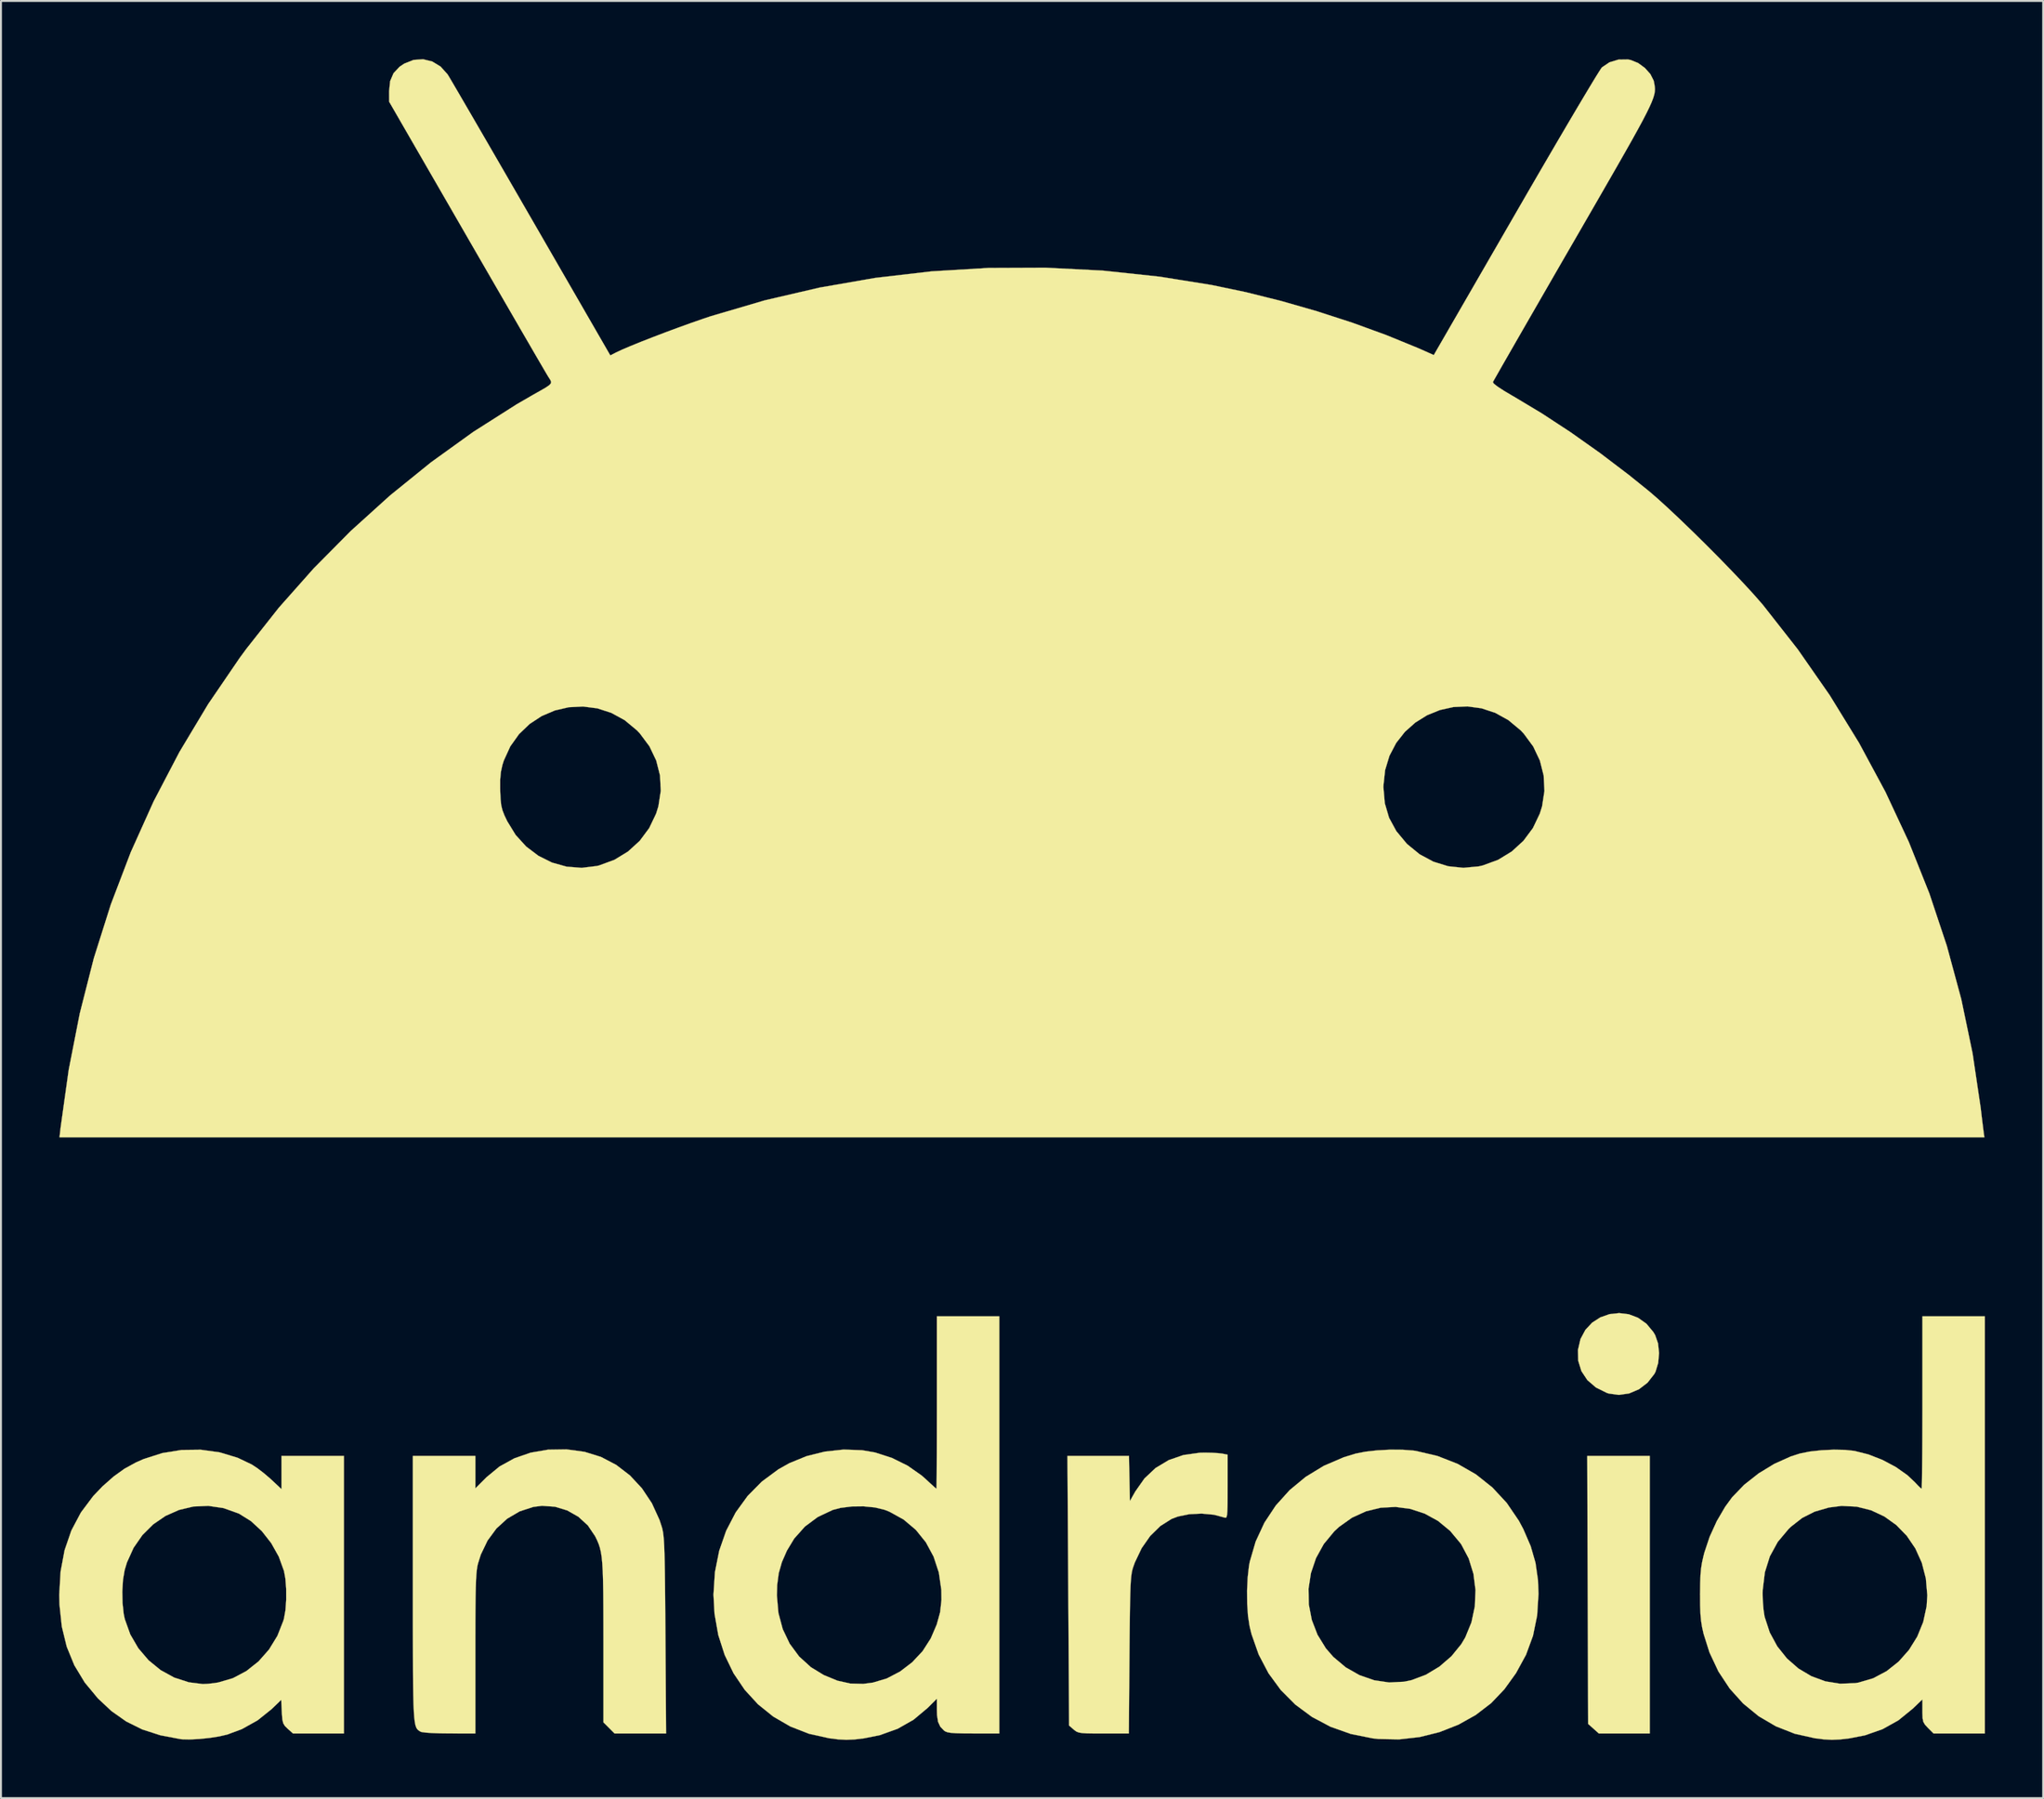
<source format=kicad_pcb>
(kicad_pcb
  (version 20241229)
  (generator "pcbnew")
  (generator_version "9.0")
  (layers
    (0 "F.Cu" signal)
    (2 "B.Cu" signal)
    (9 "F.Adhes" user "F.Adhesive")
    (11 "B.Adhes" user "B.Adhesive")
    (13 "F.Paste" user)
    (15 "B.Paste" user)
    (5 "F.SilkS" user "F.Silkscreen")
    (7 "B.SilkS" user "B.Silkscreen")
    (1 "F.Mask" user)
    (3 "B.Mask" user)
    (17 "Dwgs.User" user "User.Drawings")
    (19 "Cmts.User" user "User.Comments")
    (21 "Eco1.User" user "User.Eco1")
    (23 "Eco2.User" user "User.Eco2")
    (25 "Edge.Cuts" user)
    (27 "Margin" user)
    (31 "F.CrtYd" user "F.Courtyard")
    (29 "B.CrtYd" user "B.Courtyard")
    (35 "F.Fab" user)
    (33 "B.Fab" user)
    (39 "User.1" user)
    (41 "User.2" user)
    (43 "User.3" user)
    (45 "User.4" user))
  (footprint "android_8x10_F"
    (layer "F.Cu")
    (at 49.56 43.384)
    (property "Reference" "android_8x10_F" (at 0 0 0) (layer "F.SilkS") (effects (font (size 1.524 1.524) (thickness 0.3))))
    (attr through_hole)
    (fp_poly (pts (xy 32.427 42.926) (xy 29.805 42.926) (xy 29.529 42.679) (xy 29.252 42.432) (xy 29.229 35.525) (xy 29.206 28.617) (xy 32.427 28.617) (xy 32.427 42.926)) (stroke (width 0.01) (type solid)) (fill yes) (layer "F.SilkS"))
    (fp_poly (pts (xy 31.347 21.315) (xy 31.824 21.496) (xy 32.255 21.802) (xy 32.616 22.236) (xy 32.708 22.394) (xy 32.855 22.819) (xy 32.906 23.317) (xy 32.862 23.824) (xy 32.726 24.274) (xy 32.664 24.392) (xy 32.313 24.842) (xy 31.871 25.18) (xy 31.369 25.394) (xy 30.838 25.471) (xy 30.312 25.399) (xy 30.216 25.368) (xy 29.654 25.09) (xy 29.213 24.71) (xy 28.905 24.245) (xy 28.74 23.71) (xy 28.727 23.155) (xy 28.858 22.591) (xy 29.11 22.12) (xy 29.458 21.747) (xy 29.88 21.475) (xy 30.352 21.309) (xy 30.849 21.255) (xy 31.347 21.315)) (stroke (width 0.01) (type solid)) (fill yes) (layer "F.SilkS"))
    (fp_poly (pts (xy 9.845 28.455) (xy 10.168 28.473) (xy 10.393 28.499) (xy 10.403 28.501) (xy 10.668 28.554) (xy 10.668 30.203) (xy 10.667 30.77) (xy 10.663 31.189) (xy 10.654 31.481) (xy 10.637 31.666) (xy 10.612 31.767) (xy 10.576 31.804) (xy 10.526 31.798) (xy 10.52 31.796) (xy 9.959 31.647) (xy 9.331 31.589) (xy 8.694 31.62) (xy 8.107 31.74) (xy 7.779 31.864) (xy 7.199 32.231) (xy 6.679 32.741) (xy 6.236 33.374) (xy 5.885 34.111) (xy 5.791 34.375) (xy 5.756 34.498) (xy 5.726 34.642) (xy 5.701 34.821) (xy 5.68 35.052) (xy 5.663 35.351) (xy 5.65 35.732) (xy 5.638 36.212) (xy 5.629 36.807) (xy 5.62 37.532) (xy 5.612 38.403) (xy 5.608 38.883) (xy 5.576 42.926) (xy 4.275 42.926) (xy 3.777 42.925) (xy 3.419 42.919) (xy 3.17 42.903) (xy 3.002 42.875) (xy 2.884 42.831) (xy 2.787 42.765) (xy 2.735 42.722) (xy 2.498 42.517) (xy 2.455 35.567) (xy 2.413 28.617) (xy 3.998 28.617) (xy 5.583 28.617) (xy 5.63 30.946) (xy 5.912 30.448) (xy 6.384 29.776) (xy 6.958 29.237) (xy 7.629 28.834) (xy 8.388 28.572) (xy 9.228 28.454) (xy 9.49 28.448) (xy 9.845 28.455)) (stroke (width 0.01) (type solid)) (fill yes) (layer "F.SilkS"))
    (fp_poly (pts (xy -22.479 28.406) (xy -21.633 28.668) (xy -20.848 29.079) (xy -20.139 29.623) (xy -19.521 30.288) (xy -19.008 31.058) (xy -18.615 31.92) (xy -18.491 32.3) (xy -18.46 32.422) (xy -18.433 32.565) (xy -18.41 32.742) (xy -18.391 32.969) (xy -18.374 33.258) (xy -18.361 33.623) (xy -18.349 34.079) (xy -18.339 34.638) (xy -18.331 35.316) (xy -18.323 36.125) (xy -18.316 37.08) (xy -18.31 37.867) (xy -18.277 42.926) (xy -20.93 42.926) (xy -21.505 42.35) (xy -21.505 38.211) (xy -21.506 37.204) (xy -21.509 36.351) (xy -21.514 35.636) (xy -21.525 35.042) (xy -21.541 34.555) (xy -21.564 34.157) (xy -21.595 33.835) (xy -21.636 33.571) (xy -21.688 33.349) (xy -21.751 33.155) (xy -21.828 32.972) (xy -21.919 32.785) (xy -21.934 32.755) (xy -22.308 32.2) (xy -22.796 31.753) (xy -23.37 31.427) (xy -24.003 31.235) (xy -24.671 31.188) (xy -25.119 31.245) (xy -25.826 31.475) (xy -26.465 31.85) (xy -27.021 32.357) (xy -27.48 32.981) (xy -27.828 33.707) (xy -27.975 34.175) (xy -28.007 34.32) (xy -28.033 34.496) (xy -28.055 34.721) (xy -28.072 35.008) (xy -28.085 35.374) (xy -28.095 35.834) (xy -28.102 36.403) (xy -28.107 37.097) (xy -28.109 37.931) (xy -28.109 38.811) (xy -28.109 42.926) (xy -29.443 42.923) (xy -29.923 42.917) (xy -30.343 42.902) (xy -30.672 42.879) (xy -30.878 42.85) (xy -30.925 42.835) (xy -30.996 42.793) (xy -31.058 42.748) (xy -31.112 42.69) (xy -31.158 42.607) (xy -31.197 42.489) (xy -31.229 42.323) (xy -31.256 42.101) (xy -31.277 41.81) (xy -31.294 41.439) (xy -31.306 40.978) (xy -31.315 40.415) (xy -31.321 39.74) (xy -31.324 38.942) (xy -31.326 38.01) (xy -31.327 36.932) (xy -31.327 35.698) (xy -31.327 35.437) (xy -31.327 28.617) (xy -28.109 28.617) (xy -28.109 30.293) (xy -27.525 29.709) (xy -26.861 29.162) (xy -26.097 28.74) (xy -25.255 28.449) (xy -24.353 28.294) (xy -23.411 28.28) (xy -22.479 28.406)) (stroke (width 0.01) (type solid)) (fill yes) (layer "F.SilkS"))
    (fp_poly (pts (xy 19.658 28.298) (xy 20.217 28.338) (xy 20.371 28.359) (xy 21.485 28.62) (xy 22.521 29.025) (xy 23.467 29.568) (xy 24.315 30.243) (xy 25.056 31.041) (xy 25.679 31.957) (xy 25.908 32.385) (xy 26.29 33.268) (xy 26.538 34.127) (xy 26.666 35.023) (xy 26.692 35.729) (xy 26.622 36.844) (xy 26.41 37.884) (xy 26.049 38.868) (xy 25.532 39.815) (xy 24.934 40.645) (xy 24.254 41.359) (xy 23.456 41.971) (xy 22.56 42.472) (xy 21.588 42.854) (xy 20.562 43.109) (xy 19.504 43.229) (xy 18.434 43.207) (xy 18.14 43.174) (xy 17.016 42.948) (xy 15.972 42.578) (xy 15.017 42.071) (xy 14.16 41.437) (xy 13.41 40.685) (xy 12.777 39.821) (xy 12.27 38.856) (xy 11.899 37.797) (xy 11.8 37.39) (xy 11.72 36.866) (xy 11.677 36.236) (xy 11.671 35.559) (xy 11.676 35.464) (xy 14.838 35.464) (xy 14.853 36.276) (xy 15.007 37.074) (xy 15.3 37.834) (xy 15.732 38.536) (xy 16.118 38.98) (xy 16.757 39.516) (xy 17.466 39.919) (xy 18.22 40.181) (xy 18.995 40.296) (xy 19.769 40.256) (xy 20.14 40.178) (xy 20.887 39.898) (xy 21.587 39.477) (xy 22.205 38.944) (xy 22.711 38.322) (xy 22.919 37.973) (xy 23.237 37.195) (xy 23.412 36.369) (xy 23.446 35.526) (xy 23.34 34.694) (xy 23.096 33.903) (xy 22.715 33.183) (xy 22.679 33.131) (xy 22.139 32.482) (xy 21.514 31.967) (xy 20.824 31.589) (xy 20.088 31.348) (xy 19.327 31.246) (xy 18.559 31.287) (xy 17.804 31.47) (xy 17.082 31.799) (xy 16.411 32.275) (xy 16.165 32.504) (xy 15.625 33.157) (xy 15.224 33.883) (xy 14.962 34.659) (xy 14.838 35.464) (xy 11.676 35.464) (xy 11.702 34.893) (xy 11.769 34.298) (xy 11.809 34.078) (xy 12.114 33.032) (xy 12.565 32.06) (xy 13.152 31.173) (xy 13.865 30.381) (xy 14.693 29.696) (xy 15.627 29.127) (xy 16.656 28.685) (xy 17.272 28.497) (xy 17.77 28.399) (xy 18.374 28.331) (xy 19.023 28.297) (xy 19.658 28.298)) (stroke (width 0.01) (type solid)) (fill yes) (layer "F.SilkS"))
    (fp_poly (pts (xy -41.291 28.432) (xy -40.367 28.71) (xy -39.636 29.058) (xy -39.351 29.245) (xy -39.014 29.503) (xy -38.689 29.779) (xy -38.641 29.824) (xy -38.1 30.33) (xy -38.1 28.617) (xy -34.883 28.617) (xy -34.883 42.926) (xy -37.505 42.926) (xy -37.779 42.681) (xy -37.923 42.54) (xy -38.008 42.401) (xy -38.054 42.212) (xy -38.078 41.92) (xy -38.083 41.813) (xy -38.113 41.19) (xy -38.618 41.675) (xy -39.331 42.246) (xy -40.144 42.7) (xy -40.897 42.979) (xy -41.312 43.075) (xy -41.809 43.153) (xy -42.331 43.207) (xy -42.82 43.232) (xy -43.219 43.223) (xy -43.307 43.214) (xy -44.351 43.015) (xy -45.276 42.716) (xy -46.107 42.303) (xy -46.869 41.765) (xy -47.561 41.117) (xy -48.243 40.294) (xy -48.778 39.408) (xy -49.17 38.451) (xy -49.424 37.409) (xy -49.544 36.274) (xy -49.555 35.772) (xy -49.545 35.59) (xy -46.306 35.59) (xy -46.294 36.202) (xy -46.234 36.763) (xy -46.178 37.029) (xy -45.894 37.821) (xy -45.48 38.532) (xy -44.953 39.15) (xy -44.331 39.658) (xy -43.633 40.042) (xy -42.876 40.287) (xy -42.158 40.377) (xy -41.904 40.366) (xy -41.572 40.329) (xy -41.354 40.294) (xy -40.605 40.074) (xy -39.908 39.705) (xy -39.281 39.207) (xy -38.742 38.595) (xy -38.31 37.89) (xy -38.002 37.108) (xy -37.971 36.995) (xy -37.894 36.563) (xy -37.857 36.034) (xy -37.858 35.472) (xy -37.898 34.947) (xy -37.971 34.548) (xy -38.239 33.809) (xy -38.628 33.114) (xy -39.113 32.494) (xy -39.671 31.979) (xy -40.277 31.6) (xy -40.314 31.582) (xy -41.089 31.307) (xy -41.87 31.191) (xy -42.641 31.225) (xy -43.383 31.401) (xy -44.08 31.71) (xy -44.714 32.144) (xy -45.268 32.695) (xy -45.725 33.353) (xy -46.067 34.109) (xy -46.184 34.498) (xy -46.27 34.999) (xy -46.306 35.59) (xy -49.545 35.59) (xy -49.486 34.575) (xy -49.279 33.473) (xy -48.931 32.461) (xy -48.439 31.533) (xy -47.803 30.684) (xy -47.32 30.18) (xy -46.744 29.672) (xy -46.191 29.276) (xy -45.607 28.955) (xy -45.205 28.778) (xy -44.244 28.471) (xy -43.255 28.311) (xy -42.262 28.299) (xy -41.291 28.432)) (stroke (width 0.01) (type solid)) (fill yes) (layer "F.SilkS"))
    (fp_poly (pts (xy -1.101 42.926) (xy -2.434 42.924) (xy -2.954 42.921) (xy -3.331 42.911) (xy -3.595 42.892) (xy -3.771 42.862) (xy -3.888 42.816) (xy -3.948 42.776) (xy -4.141 42.574) (xy -4.257 42.323) (xy -4.31 41.978) (xy -4.318 41.695) (xy -4.318 41.13) (xy -4.797 41.609) (xy -5.521 42.215) (xy -6.342 42.682) (xy -7.257 43.01) (xy -8.071 43.173) (xy -8.568 43.232) (xy -8.982 43.25) (xy -9.395 43.229) (xy -9.864 43.171) (xy -10.906 42.94) (xy -11.871 42.564) (xy -12.751 42.054) (xy -13.538 41.42) (xy -14.223 40.673) (xy -14.798 39.822) (xy -15.255 38.878) (xy -15.585 37.851) (xy -15.779 36.753) (xy -15.83 35.814) (xy -12.566 35.814) (xy -12.487 36.713) (xy -12.264 37.545) (xy -11.905 38.298) (xy -11.418 38.957) (xy -10.81 39.509) (xy -10.148 39.913) (xy -9.445 40.203) (xy -8.778 40.352) (xy -8.105 40.367) (xy -7.61 40.301) (xy -6.899 40.088) (xy -6.214 39.731) (xy -5.589 39.253) (xy -5.054 38.681) (xy -4.641 38.037) (xy -4.618 37.99) (xy -4.325 37.307) (xy -4.15 36.674) (xy -4.08 36.034) (xy -4.088 35.518) (xy -4.217 34.628) (xy -4.487 33.807) (xy -4.886 33.068) (xy -5.404 32.426) (xy -6.032 31.897) (xy -6.757 31.495) (xy -7.006 31.396) (xy -7.504 31.274) (xy -8.094 31.216) (xy -8.711 31.223) (xy -9.291 31.296) (xy -9.687 31.401) (xy -10.457 31.764) (xy -11.121 32.258) (xy -11.673 32.878) (xy -12.047 33.497) (xy -12.307 34.09) (xy -12.47 34.66) (xy -12.551 35.272) (xy -12.566 35.814) (xy -15.83 35.814) (xy -15.833 35.772) (xy -15.758 34.609) (xy -15.538 33.507) (xy -15.18 32.478) (xy -14.69 31.533) (xy -14.073 30.682) (xy -13.337 29.937) (xy -12.488 29.309) (xy -11.923 28.991) (xy -11.037 28.629) (xy -10.09 28.394) (xy -9.122 28.29) (xy -8.171 28.324) (xy -7.505 28.439) (xy -6.643 28.717) (xy -5.83 29.118) (xy -5.113 29.619) (xy -4.898 29.808) (xy -4.655 30.033) (xy -4.464 30.207) (xy -4.354 30.301) (xy -4.34 30.311) (xy -4.336 30.229) (xy -4.332 29.993) (xy -4.328 29.619) (xy -4.325 29.123) (xy -4.322 28.52) (xy -4.32 27.826) (xy -4.319 27.056) (xy -4.318 26.227) (xy -4.318 25.866) (xy -4.318 21.421) (xy -1.101 21.421) (xy -1.101 42.926)) (stroke (width 0.01) (type solid)) (fill yes) (layer "F.SilkS"))
    (fp_poly (pts (xy 49.699 42.926) (xy 47.058 42.926) (xy 46.77 42.638) (xy 46.617 42.474) (xy 46.531 42.327) (xy 46.492 42.141) (xy 46.482 41.857) (xy 46.482 41.758) (xy 46.482 41.167) (xy 45.984 41.644) (xy 45.244 42.246) (xy 44.427 42.702) (xy 43.522 43.019) (xy 42.729 43.174) (xy 42.231 43.232) (xy 41.816 43.25) (xy 41.404 43.228) (xy 40.94 43.17) (xy 39.899 42.937) (xy 38.93 42.555) (xy 38.042 42.034) (xy 37.246 41.383) (xy 36.551 40.612) (xy 35.968 39.73) (xy 35.506 38.746) (xy 35.205 37.793) (xy 35.127 37.449) (xy 35.074 37.12) (xy 35.041 36.761) (xy 35.025 36.327) (xy 35.022 35.773) (xy 35.022 35.729) (xy 38.245 35.729) (xy 38.257 36.137) (xy 38.292 36.547) (xy 38.342 36.88) (xy 38.35 36.915) (xy 38.612 37.717) (xy 39.001 38.435) (xy 39.499 39.058) (xy 40.089 39.574) (xy 40.755 39.971) (xy 41.478 40.237) (xy 42.242 40.36) (xy 43.03 40.328) (xy 43.19 40.301) (xy 43.944 40.079) (xy 44.638 39.711) (xy 45.259 39.218) (xy 45.79 38.618) (xy 46.217 37.931) (xy 46.525 37.175) (xy 46.7 36.368) (xy 46.735 35.802) (xy 46.66 34.931) (xy 46.45 34.121) (xy 46.117 33.385) (xy 45.676 32.734) (xy 45.139 32.182) (xy 44.521 31.739) (xy 43.835 31.418) (xy 43.095 31.232) (xy 42.315 31.193) (xy 41.659 31.277) (xy 40.921 31.491) (xy 40.285 31.813) (xy 39.704 32.267) (xy 39.581 32.385) (xy 39.025 33.049) (xy 38.618 33.793) (xy 38.36 34.617) (xy 38.25 35.523) (xy 38.245 35.729) (xy 35.022 35.729) (xy 35.028 35.184) (xy 35.043 34.761) (xy 35.074 34.415) (xy 35.125 34.099) (xy 35.201 33.766) (xy 35.245 33.595) (xy 35.515 32.786) (xy 35.883 31.978) (xy 36.32 31.232) (xy 36.675 30.747) (xy 37.296 30.104) (xy 38.038 29.519) (xy 38.855 29.022) (xy 39.703 28.642) (xy 40.174 28.492) (xy 40.679 28.391) (xy 41.28 28.325) (xy 41.912 28.296) (xy 42.508 28.308) (xy 42.974 28.358) (xy 43.697 28.54) (xy 44.422 28.823) (xy 45.105 29.186) (xy 45.7 29.604) (xy 46.091 29.972) (xy 46.268 30.16) (xy 46.398 30.283) (xy 46.439 30.311) (xy 46.448 30.229) (xy 46.455 29.993) (xy 46.462 29.619) (xy 46.468 29.123) (xy 46.474 28.52) (xy 46.478 27.826) (xy 46.48 27.056) (xy 46.482 26.227) (xy 46.482 25.866) (xy 46.482 21.421) (xy 49.699 21.421) (xy 49.699 42.926)) (stroke (width 0.01) (type solid)) (fill yes) (layer "F.SilkS"))
    (fp_poly (pts (xy -30.329 -43.263) (xy -29.901 -43.003) (xy -29.544 -42.606) (xy -29.516 -42.563) (xy -29.434 -42.427) (xy -29.274 -42.155) (xy -29.042 -41.758) (xy -28.744 -41.247) (xy -28.387 -40.633) (xy -27.977 -39.927) (xy -27.52 -39.14) (xy -27.024 -38.283) (xy -26.493 -37.366) (xy -25.935 -36.4) (xy -25.356 -35.397) (xy -25.194 -35.118) (xy -21.152 -28.113) (xy -20.842 -28.271) (xy -20.534 -28.414) (xy -20.096 -28.601) (xy -19.556 -28.82) (xy -18.944 -29.059) (xy -18.29 -29.309) (xy -17.622 -29.556) (xy -16.971 -29.791) (xy -16.366 -30.001) (xy -15.994 -30.126) (xy -13.204 -30.947) (xy -10.367 -31.608) (xy -7.492 -32.108) (xy -4.586 -32.446) (xy -1.659 -32.622) (xy 1.283 -32.634) (xy 4.231 -32.484) (xy 7.177 -32.17) (xy 9.837 -31.743) (xy 11.599 -31.375) (xy 13.424 -30.92) (xy 15.268 -30.391) (xy 17.086 -29.802) (xy 18.834 -29.166) (xy 20.468 -28.498) (xy 20.829 -28.339) (xy 21.295 -28.13) (xy 25.512 -35.432) (xy 26.106 -36.46) (xy 26.68 -37.449) (xy 27.228 -38.389) (xy 27.743 -39.27) (xy 28.22 -40.082) (xy 28.653 -40.815) (xy 29.035 -41.457) (xy 29.36 -41.999) (xy 29.622 -42.431) (xy 29.816 -42.742) (xy 29.934 -42.923) (xy 29.965 -42.962) (xy 30.35 -43.221) (xy 30.813 -43.361) (xy 31.299 -43.368) (xy 31.447 -43.34) (xy 31.824 -43.187) (xy 32.175 -42.932) (xy 32.457 -42.617) (xy 32.626 -42.284) (xy 32.644 -42.209) (xy 32.668 -42.079) (xy 32.687 -41.958) (xy 32.695 -41.838) (xy 32.687 -41.708) (xy 32.66 -41.56) (xy 32.607 -41.384) (xy 32.526 -41.171) (xy 32.41 -40.911) (xy 32.256 -40.596) (xy 32.059 -40.216) (xy 31.813 -39.762) (xy 31.515 -39.224) (xy 31.159 -38.594) (xy 30.741 -37.861) (xy 30.256 -37.017) (xy 29.701 -36.053) (xy 29.069 -34.958) (xy 28.5 -33.973) (xy 27.915 -32.962) (xy 27.355 -31.991) (xy 26.825 -31.071) (xy 26.33 -30.211) (xy 25.876 -29.423) (xy 25.47 -28.716) (xy 25.117 -28.101) (xy 24.822 -27.587) (xy 24.593 -27.184) (xy 24.433 -26.904) (xy 24.351 -26.755) (xy 24.34 -26.734) (xy 24.396 -26.65) (xy 24.591 -26.5) (xy 24.911 -26.291) (xy 25.344 -26.034) (xy 25.417 -25.993) (xy 26.856 -25.13) (xy 28.35 -24.151) (xy 29.863 -23.081) (xy 31.358 -21.945) (xy 32.388 -21.114) (xy 32.845 -20.72) (xy 33.392 -20.222) (xy 34.005 -19.645) (xy 34.661 -19.012) (xy 35.336 -18.346) (xy 36.008 -17.67) (xy 36.652 -17.007) (xy 37.246 -16.381) (xy 37.766 -15.816) (xy 38.189 -15.334) (xy 38.265 -15.245) (xy 40.055 -12.964) (xy 41.705 -10.594) (xy 43.211 -8.144) (xy 44.571 -5.62) (xy 45.782 -3.029) (xy 46.84 -0.377) (xy 47.742 2.329) (xy 48.487 5.081) (xy 49.069 7.873) (xy 49.484 10.668) (xy 49.536 11.106) (xy 49.584 11.496) (xy 49.622 11.801) (xy 49.645 11.983) (xy 49.648 12.002) (xy 49.676 12.192) (xy -49.542 12.192) (xy -49.487 11.705) (xy -49.069 8.72) (xy -48.497 5.805) (xy -47.774 2.963) (xy -46.898 0.193) (xy -45.87 -2.503) (xy -44.691 -5.123) (xy -44.108 -6.239) (xy -26.829 -6.239) (xy -26.829 -5.734) (xy -26.826 -5.633) (xy -26.806 -5.221) (xy -26.773 -4.919) (xy -26.712 -4.668) (xy -26.611 -4.407) (xy -26.464 -4.099) (xy -26.03 -3.391) (xy -25.487 -2.794) (xy -24.855 -2.317) (xy -24.155 -1.968) (xy -23.405 -1.759) (xy -22.627 -1.697) (xy -21.84 -1.794) (xy -21.721 -1.823) (xy -20.939 -2.111) (xy -20.238 -2.539) (xy -19.634 -3.09) (xy -19.146 -3.747) (xy -18.789 -4.493) (xy -18.672 -4.872) (xy -18.549 -5.668) (xy -18.558 -5.852) (xy 18.698 -5.852) (xy 18.77 -5.028) (xy 18.99 -4.278) (xy 19.364 -3.59) (xy 19.898 -2.948) (xy 19.928 -2.918) (xy 20.563 -2.398) (xy 21.273 -2.016) (xy 22.034 -1.781) (xy 22.822 -1.698) (xy 23.614 -1.773) (xy 23.83 -1.823) (xy 24.612 -2.111) (xy 25.313 -2.539) (xy 25.916 -3.09) (xy 26.405 -3.747) (xy 26.761 -4.493) (xy 26.879 -4.872) (xy 27 -5.663) (xy 26.96 -6.456) (xy 26.765 -7.227) (xy 26.421 -7.954) (xy 25.935 -8.614) (xy 25.774 -8.785) (xy 25.142 -9.312) (xy 24.463 -9.688) (xy 23.754 -9.922) (xy 23.031 -10.02) (xy 22.312 -9.988) (xy 21.613 -9.834) (xy 20.952 -9.566) (xy 20.344 -9.188) (xy 19.807 -8.71) (xy 19.357 -8.137) (xy 19.011 -7.477) (xy 18.786 -6.737) (xy 18.698 -5.923) (xy 18.698 -5.852) (xy -18.558 -5.852) (xy -18.589 -6.462) (xy -18.785 -7.233) (xy -19.133 -7.961) (xy -19.626 -8.624) (xy -19.778 -8.785) (xy -20.409 -9.309) (xy -21.095 -9.685) (xy -21.816 -9.919) (xy -22.556 -10.014) (xy -23.293 -9.977) (xy -24.011 -9.811) (xy -24.69 -9.522) (xy -25.311 -9.114) (xy -25.856 -8.592) (xy -26.306 -7.961) (xy -26.642 -7.226) (xy -26.715 -6.995) (xy -26.792 -6.642) (xy -26.829 -6.239) (xy -44.108 -6.239) (xy -43.361 -7.668) (xy -41.881 -10.136) (xy -40.25 -12.526) (xy -39.904 -12.996) (xy -38.237 -15.108) (xy -36.437 -17.137) (xy -34.52 -19.071) (xy -32.501 -20.896) (xy -30.394 -22.601) (xy -28.214 -24.171) (xy -25.975 -25.594) (xy -25.146 -26.074) (xy -24.738 -26.304) (xy -24.457 -26.468) (xy -24.287 -26.587) (xy -24.209 -26.68) (xy -24.205 -26.769) (xy -24.257 -26.873) (xy -24.336 -26.995) (xy -24.407 -27.112) (xy -24.556 -27.365) (xy -24.777 -27.743) (xy -25.064 -28.236) (xy -25.41 -28.833) (xy -25.811 -29.523) (xy -26.258 -30.296) (xy -26.747 -31.14) (xy -27.27 -32.045) (xy -27.823 -33.001) (xy -28.398 -33.996) (xy -28.543 -34.248) (xy -32.55 -41.19) (xy -32.552 -41.741) (xy -32.499 -42.254) (xy -32.324 -42.662) (xy -32.014 -42.992) (xy -31.778 -43.151) (xy -31.295 -43.344) (xy -30.803 -43.379) (xy -30.329 -43.263)) (stroke (width 0.01) (type solid)) (fill yes) (layer "F.SilkS")))
  (gr_rect
    (start -3 -3)
    (end 102.265 89.639)
    (stroke (width 0.1) (type default))
    (fill no)
    (layer "Edge.Cuts")))
</source>
